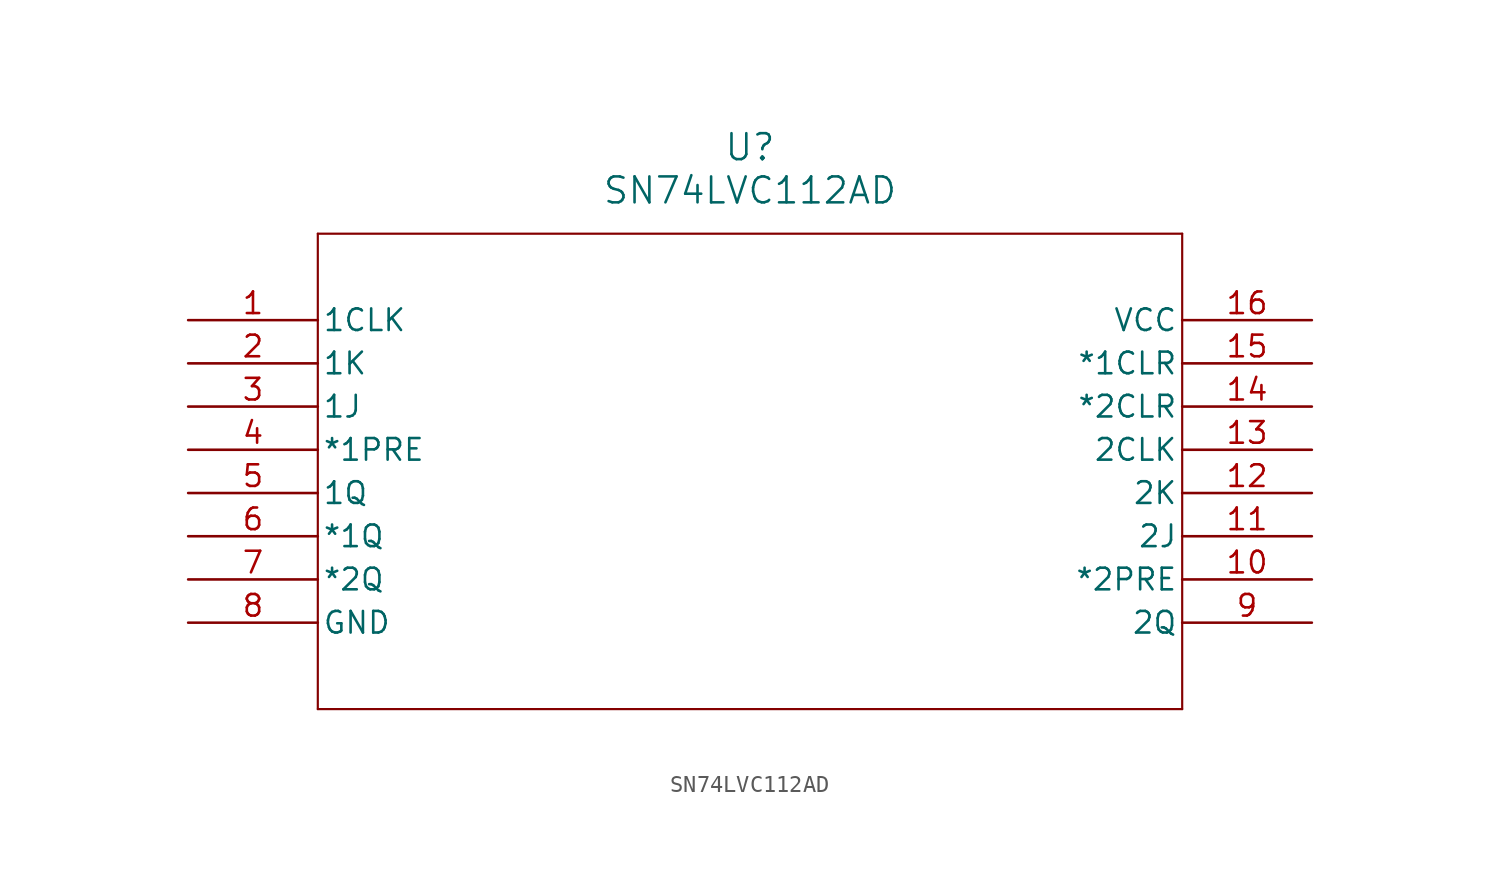
<source format=kicad_sym>
(kicad_symbol_lib
  (version 20211014)
  (generator kicad_symbol_editor)
  (symbol "SN74LVC112AD"
    (pin_names
      (offset 0.254))
    (property "Reference" "U"
      (at 33.02 10.16 0)
      (effects (font (size 1.524 1.524))))
    (property "Value" "SN74LVC112AD"
      (at 33.02 7.62 0)
      (effects (font (size 1.524 1.524))))
    (symbol "SN74LVC112AD_0_1"
      (polyline (pts (xy 7.62 5.08) (xy 7.62 -22.86)) (stroke (width 0.127) (type default) (color 0 0 0 0)) (fill (type none)))
      (polyline (pts (xy 7.62 -22.86) (xy 58.42 -22.86)) (stroke (width 0.127) (type default) (color 0 0 0 0)) (fill (type none)))
      (polyline (pts (xy 58.42 -22.86) (xy 58.42 5.08)) (stroke (width 0.127) (type default) (color 0 0 0 0)) (fill (type none)))
      (polyline (pts (xy 58.42 5.08) (xy 7.62 5.08)) (stroke (width 0.127) (type default) (color 0 0 0 0)) (fill (type none)))
      (pin input line (at 0 0 0) (length 7.62) (name "1CLK" (effects (font (size 1.27 1.27)))) (number "1" (effects (font (size 1.27 1.27)))))
      (pin input line (at 0 -2.54 0) (length 7.62) (name "1K" (effects (font (size 1.27 1.27)))) (number "2" (effects (font (size 1.27 1.27)))))
      (pin input line (at 0 -5.08 0) (length 7.62) (name "1J" (effects (font (size 1.27 1.27)))) (number "3" (effects (font (size 1.27 1.27)))))
      (pin input line (at 0 -7.62 0) (length 7.62) (name "*1PRE" (effects (font (size 1.27 1.27)))) (number "4" (effects (font (size 1.27 1.27)))))
      (pin output line (at 0 -10.16 0) (length 7.62) (name "1Q" (effects (font (size 1.27 1.27)))) (number "5" (effects (font (size 1.27 1.27)))))
      (pin output line (at 0 -12.7 0) (length 7.62) (name "*1Q" (effects (font (size 1.27 1.27)))) (number "6" (effects (font (size 1.27 1.27)))))
      (pin output line (at 0 -15.24 0) (length 7.62) (name "*2Q" (effects (font (size 1.27 1.27)))) (number "7" (effects (font (size 1.27 1.27)))))
      (pin power_in line (at 0 -17.78 0) (length 7.62) (name "GND" (effects (font (size 1.27 1.27)))) (number "8" (effects (font (size 1.27 1.27)))))
      (pin output line (at 66.04 -17.78 180) (length 7.62) (name "2Q" (effects (font (size 1.27 1.27)))) (number "9" (effects (font (size 1.27 1.27)))))
      (pin input line (at 66.04 -15.24 180) (length 7.62) (name "*2PRE" (effects (font (size 1.27 1.27)))) (number "10" (effects (font (size 1.27 1.27)))))
      (pin input line (at 66.04 -12.7 180) (length 7.62) (name "2J" (effects (font (size 1.27 1.27)))) (number "11" (effects (font (size 1.27 1.27)))))
      (pin input line (at 66.04 -10.16 180) (length 7.62) (name "2K" (effects (font (size 1.27 1.27)))) (number "12" (effects (font (size 1.27 1.27)))))
      (pin input line (at 66.04 -7.62 180) (length 7.62) (name "2CLK" (effects (font (size 1.27 1.27)))) (number "13" (effects (font (size 1.27 1.27)))))
      (pin input line (at 66.04 -5.08 180) (length 7.62) (name "*2CLR" (effects (font (size 1.27 1.27)))) (number "14" (effects (font (size 1.27 1.27)))))
      (pin input line (at 66.04 -2.54 180) (length 7.62) (name "*1CLR" (effects (font (size 1.27 1.27)))) (number "15" (effects (font (size 1.27 1.27)))))
      (pin power_in line (at 66.04 0 180) (length 7.62) (name "VCC" (effects (font (size 1.27 1.27)))) (number "16" (effects (font (size 1.27 1.27))))))))
</source>
